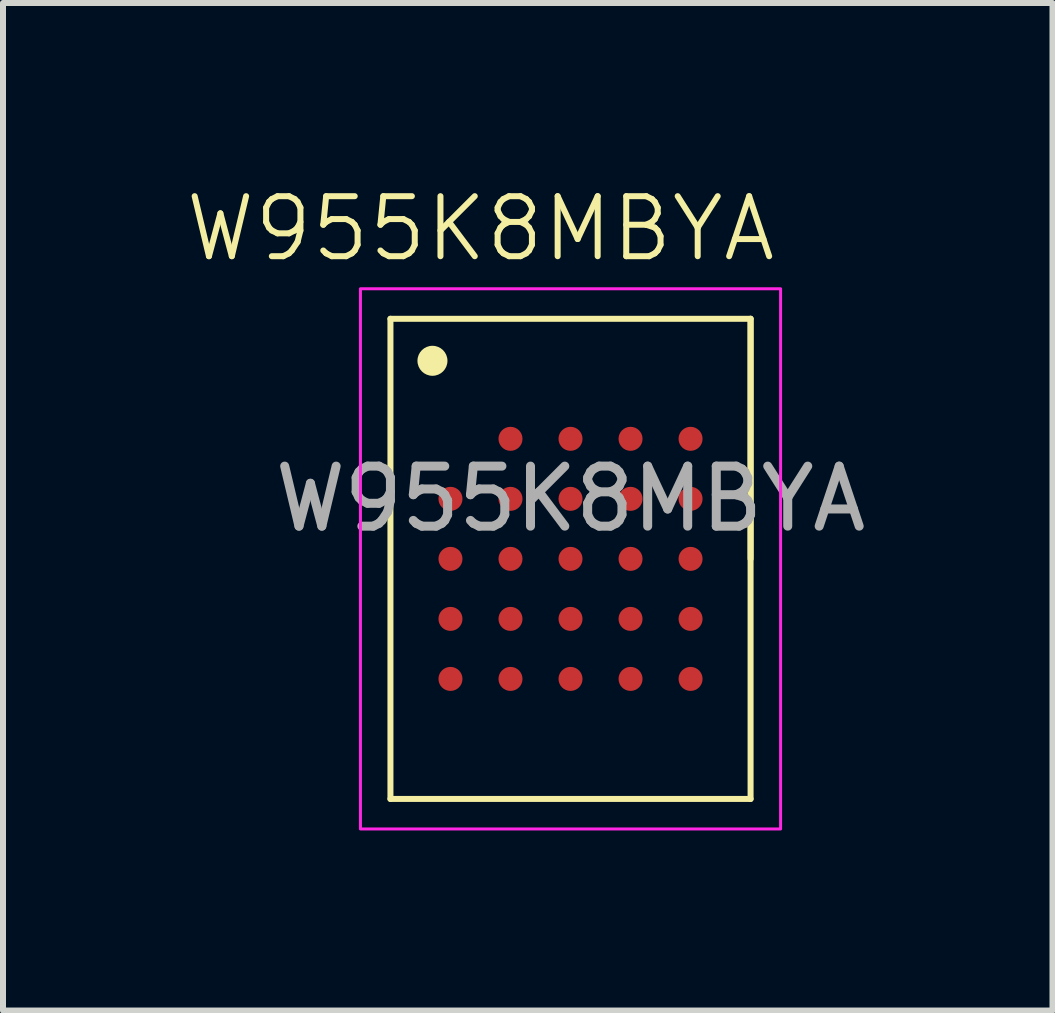
<source format=kicad_pcb>
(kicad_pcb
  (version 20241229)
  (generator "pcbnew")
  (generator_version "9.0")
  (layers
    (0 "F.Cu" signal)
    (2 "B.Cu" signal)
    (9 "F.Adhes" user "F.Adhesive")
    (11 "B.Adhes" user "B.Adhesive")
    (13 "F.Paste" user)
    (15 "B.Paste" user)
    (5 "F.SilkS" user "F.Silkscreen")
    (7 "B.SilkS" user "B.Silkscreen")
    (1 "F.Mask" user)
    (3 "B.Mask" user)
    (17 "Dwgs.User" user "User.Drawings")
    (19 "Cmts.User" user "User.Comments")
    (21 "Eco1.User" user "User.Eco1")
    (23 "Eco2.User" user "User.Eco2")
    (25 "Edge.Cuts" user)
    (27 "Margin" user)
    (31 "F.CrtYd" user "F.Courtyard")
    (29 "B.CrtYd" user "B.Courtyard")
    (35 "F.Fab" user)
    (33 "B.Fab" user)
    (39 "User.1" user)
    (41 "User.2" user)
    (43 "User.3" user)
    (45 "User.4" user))
  (footprint "W955K8MBYA"
    (layer "F.Cu")
    (at 6.455 6.261)
    (property "Reference" "W955K8MBYA" (at -1.5 -5.5 0) (unlocked yes) (layer "F.SilkS") (effects (font (size 1 1) (thickness 0.1))))
    (attr smd)
    (fp_line (start -3 -4) (end 3 -4) (stroke (width 0.1) (type default)) (layer "F.SilkS"))
    (fp_line (start -3 4) (end -3 -4) (stroke (width 0.1) (type default)) (layer "F.SilkS"))
    (fp_line (start 3 -4) (end 3 4) (stroke (width 0.1) (type default)) (layer "F.SilkS"))
    (fp_line (start 3 0) (end 3 -4) (stroke (width 0.1) (type default)) (layer "F.SilkS"))
    (fp_line (start 3 4) (end -3 4) (stroke (width 0.1) (type default)) (layer "F.SilkS"))
    (fp_circle (center -2.3 -3.3) (end -2.1 -3.3) (stroke (width 0.1) (type solid)) (fill yes) (layer "F.SilkS"))
    (fp_rect (start -3.5 -4.5) (end 3.5 4.5) (stroke (width 0.05) (type default)) (fill no) (layer "F.CrtYd"))
    (fp_text user "${REFERENCE}" (at 0 -1 0) (unlocked yes) (layer "F.Fab") (effects (font (size 1 1) (thickness 0.15))))
    (pad "A2" smd circle (at -1 -2) (size 0.4 0.4) (layers "F.Cu" "F.Mask" "F.Paste"))
    (pad "A3" smd circle (at 0 -2) (size 0.4 0.4) (layers "F.Cu" "F.Mask" "F.Paste"))
    (pad "A4" smd circle (at 1 -2) (size 0.4 0.4) (layers "F.Cu" "F.Mask" "F.Paste"))
    (pad "A5" smd circle (at 2 -2) (size 0.4 0.4) (layers "F.Cu" "F.Mask" "F.Paste"))
    (pad "B1" smd circle (at -2 -1) (size 0.4 0.4) (layers "F.Cu" "F.Mask" "F.Paste"))
    (pad "B2" smd circle (at -1 -1) (size 0.4 0.4) (layers "F.Cu" "F.Mask" "F.Paste"))
    (pad "B3" smd circle (at 0 -1) (size 0.4 0.4) (layers "F.Cu" "F.Mask" "F.Paste"))
    (pad "B4" smd circle (at 1 -1) (size 0.4 0.4) (layers "F.Cu" "F.Mask" "F.Paste"))
    (pad "B5" smd circle (at 2 -1) (size 0.4 0.4) (layers "F.Cu" "F.Mask" "F.Paste"))
    (pad "C1" smd circle (at -2 0) (size 0.4 0.4) (layers "F.Cu" "F.Mask" "F.Paste"))
    (pad "C2" smd circle (at -1 0) (size 0.4 0.4) (layers "F.Cu" "F.Mask" "F.Paste"))
    (pad "C3" smd circle (at 0 0) (size 0.4 0.4) (layers "F.Cu" "F.Mask" "F.Paste"))
    (pad "C4" smd circle (at 1 0) (size 0.4 0.4) (layers "F.Cu" "F.Mask" "F.Paste"))
    (pad "C5" smd circle (at 2 0) (size 0.4 0.4) (layers "F.Cu" "F.Mask" "F.Paste"))
    (pad "D1" smd circle (at -2 1) (size 0.4 0.4) (layers "F.Cu" "F.Mask" "F.Paste"))
    (pad "D2" smd circle (at -1 1) (size 0.4 0.4) (layers "F.Cu" "F.Mask" "F.Paste"))
    (pad "D3" smd circle (at 0 1) (size 0.4 0.4) (layers "F.Cu" "F.Mask" "F.Paste"))
    (pad "D4" smd circle (at 1 1) (size 0.4 0.4) (layers "F.Cu" "F.Mask" "F.Paste"))
    (pad "D5" smd circle (at 2 1) (size 0.4 0.4) (layers "F.Cu" "F.Mask" "F.Paste"))
    (pad "E1" smd circle (at -2 2) (size 0.4 0.4) (layers "F.Cu" "F.Mask" "F.Paste"))
    (pad "E2" smd circle (at -1 2) (size 0.4 0.4) (layers "F.Cu" "F.Mask" "F.Paste"))
    (pad "E3" smd circle (at 0 2) (size 0.4 0.4) (layers "F.Cu" "F.Mask" "F.Paste"))
    (pad "E4" smd circle (at 1 2) (size 0.4 0.4) (layers "F.Cu" "F.Mask" "F.Paste"))
    (pad "E5" smd circle (at 2 2) (size 0.4 0.4) (layers "F.Cu" "F.Mask" "F.Paste")))
  (gr_rect
    (start -3 -3)
    (end 14.485 13.786)
    (stroke (width 0.1) (type default))
    (fill no)
    (layer "Edge.Cuts")))
</source>
